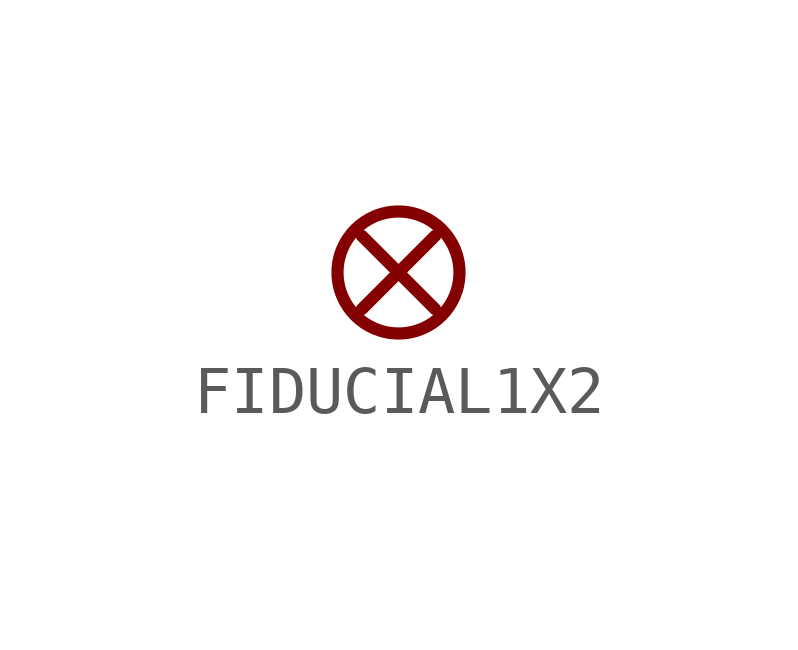
<source format=kicad_sym>
(kicad_symbol_lib
  (version 20220914)
  (generator kicad_symbol_editor)
  (symbol "FIDUCIAL1X2"
    (property "Reference" "FD"
      (at 0 0 0)
      (effects (font (size 1.27 1.27)) hide))
    (property "ki_locked" ""
      (at 0 0 0)
      (effects (font (size 1.27 1.27))))
    (symbol "FIDUCIAL1X2_1_0"
      (polyline (pts (xy -0.762 0.762) (xy 0.762 -0.762)) (stroke (width 0.254) (type default)) (fill (type none)))
      (polyline (pts (xy 0.762 0.762) (xy -0.762 -0.762)) (stroke (width 0.254) (type default)) (fill (type none)))
      (circle (center 0 0) (radius 1.27) (stroke (width 0.254) (type default)) (fill (type none))))))
</source>
